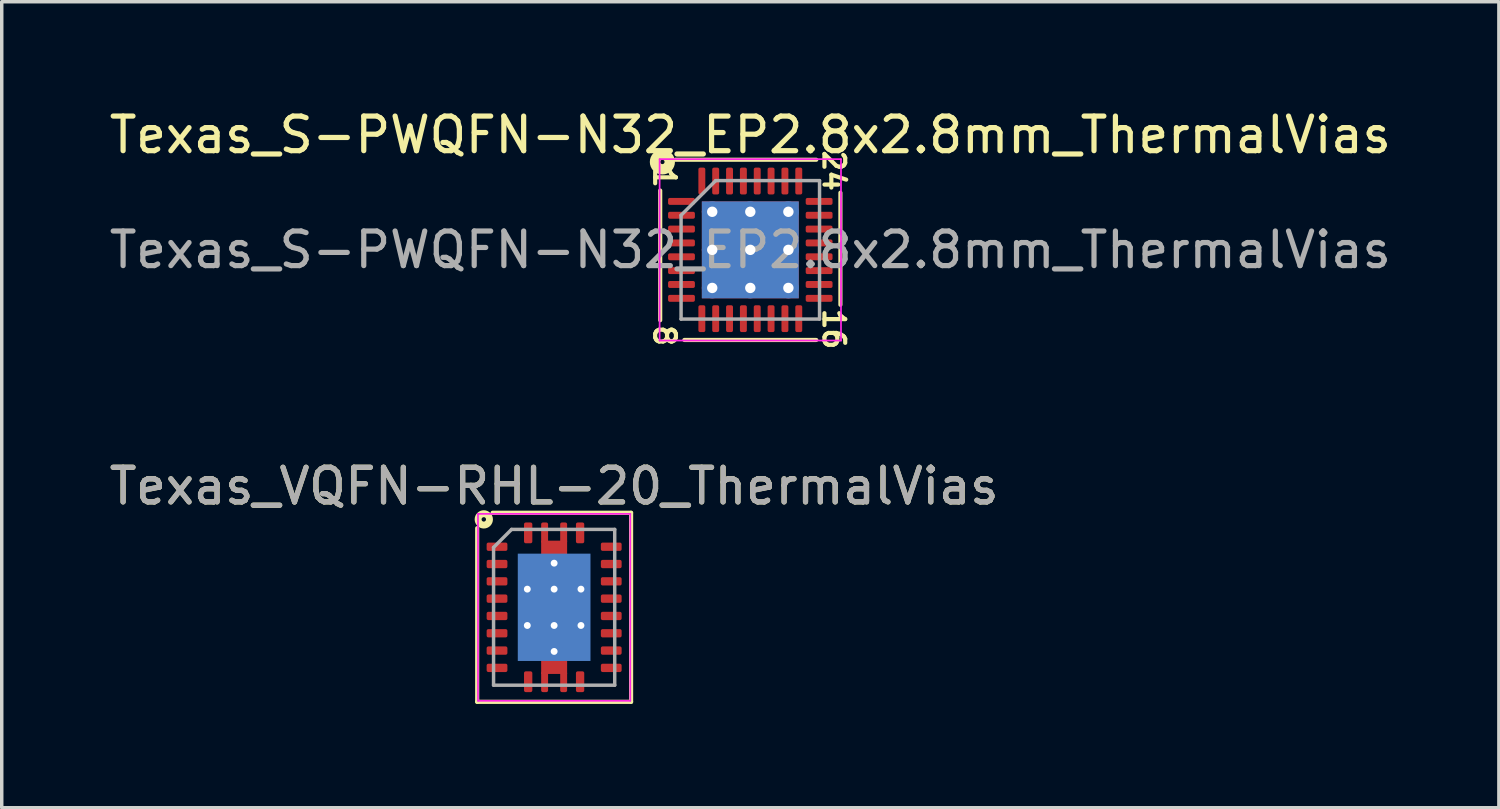
<source format=kicad_pcb>
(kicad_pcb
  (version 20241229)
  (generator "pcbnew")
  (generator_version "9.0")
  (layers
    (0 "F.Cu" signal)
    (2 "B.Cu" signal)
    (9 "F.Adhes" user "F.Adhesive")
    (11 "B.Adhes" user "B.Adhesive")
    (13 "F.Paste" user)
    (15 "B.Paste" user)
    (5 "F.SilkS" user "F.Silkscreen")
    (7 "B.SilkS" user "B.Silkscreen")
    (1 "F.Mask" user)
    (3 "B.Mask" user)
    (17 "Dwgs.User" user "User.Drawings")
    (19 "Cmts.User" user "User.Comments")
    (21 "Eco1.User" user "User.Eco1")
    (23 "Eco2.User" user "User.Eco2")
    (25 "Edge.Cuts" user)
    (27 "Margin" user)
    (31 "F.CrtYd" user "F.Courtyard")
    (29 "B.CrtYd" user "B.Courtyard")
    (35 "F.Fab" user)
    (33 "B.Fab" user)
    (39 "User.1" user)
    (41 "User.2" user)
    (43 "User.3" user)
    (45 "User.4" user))
  (footprint "Texas_S-PWQFN-N32_EP2.8x2.8mm_ThermalVias"
    (layer "F.Cu")
    (at 18.625 4.168)
    (property "Reference" "Texas_S-PWQFN-N32_EP2.8x2.8mm_ThermalVias" (at 0 -3.32 0) (layer "F.SilkS") (effects (font (size 1 1) (thickness 0.15))))
    (attr smd)
    (fp_line (start -2.603 -1.714) (end -2.603 2.032) (stroke (width 0.12) (type solid)) (layer "F.SilkS"))
    (fp_line (start -1.905 2.603) (end 1.905 2.603) (stroke (width 0.12) (type solid)) (layer "F.SilkS"))
    (fp_line (start 1.905 -2.603) (end -2.159 -2.603) (stroke (width 0.12) (type solid)) (layer "F.SilkS"))
    (fp_line (start 2.603 1.587) (end 2.603 -1.651) (stroke (width 0.12) (type solid)) (layer "F.SilkS"))
    (fp_circle (center -2.54 -2.54) (end -2.477 -2.54) (stroke (width 0.3) (type solid)) (fill no) (layer "F.SilkS"))
    (fp_line (start -2.62 -2.62) (end -2.62 2.62) (stroke (width 0.05) (type solid)) (layer "F.CrtYd"))
    (fp_line (start -2.62 2.62) (end 2.62 2.62) (stroke (width 0.05) (type solid)) (layer "F.CrtYd"))
    (fp_line (start 2.62 -2.62) (end -2.62 -2.62) (stroke (width 0.05) (type solid)) (layer "F.CrtYd"))
    (fp_line (start 2.62 2.62) (end 2.62 -2.62) (stroke (width 0.05) (type solid)) (layer "F.CrtYd"))
    (fp_line (start -2 -1) (end -1 -2) (stroke (width 0.1) (type solid)) (layer "F.Fab"))
    (fp_line (start -2 2) (end -2 -1) (stroke (width 0.1) (type solid)) (layer "F.Fab"))
    (fp_line (start -1 -2) (end 2 -2) (stroke (width 0.1) (type solid)) (layer "F.Fab"))
    (fp_line (start 2 -2) (end 2 2) (stroke (width 0.1) (type solid)) (layer "F.Fab"))
    (fp_line (start 2 2) (end -2 2) (stroke (width 0.1) (type solid)) (layer "F.Fab"))
    (fp_text user "1" (at -2.477 -2.095 270) (unlocked yes) (layer "F.SilkS") (effects (font (size 0.6 0.6) (thickness 0.12))))
    (fp_text user "24" (at 2.413 -2.286 270) (unlocked yes) (layer "F.SilkS") (effects (font (size 0.6 0.6) (thickness 0.12))))
    (fp_text user "8" (at -2.477 2.477 270) (unlocked yes) (layer "F.SilkS") (effects (font (size 0.6 0.6) (thickness 0.12))))
    (fp_text user "16" (at 2.413 2.286 270) (unlocked yes) (layer "F.SilkS") (effects (font (size 0.6 0.6) (thickness 0.12))))
    (fp_text user "${REFERENCE}" (at 0 0 0) (layer "F.Fab") (effects (font (size 1 1) (thickness 0.15))))
    (pad "" smd roundrect (at -0.7 -0.7) (size 1.17 1.17) (layers "F.Paste") (roundrect_rratio 0.214))
    (pad "" smd roundrect (at -0.7 0.7) (size 1.17 1.17) (layers "F.Paste") (roundrect_rratio 0.214))
    (pad "" smd roundrect (at 0.7 -0.7) (size 1.17 1.17) (layers "F.Paste") (roundrect_rratio 0.214))
    (pad "" smd roundrect (at 0.7 0.7) (size 1.17 1.17) (layers "F.Paste") (roundrect_rratio 0.214))
    (pad "1" smd roundrect (at -1.988 -1.4) (size 0.775 0.2) (layers "F.Cu" "F.Mask" "F.Paste") (roundrect_rratio 0.25))
    (pad "2" smd roundrect (at -1.988 -1) (size 0.775 0.2) (layers "F.Cu" "F.Mask" "F.Paste") (roundrect_rratio 0.25))
    (pad "3" smd roundrect (at -1.988 -0.6) (size 0.775 0.2) (layers "F.Cu" "F.Mask" "F.Paste") (roundrect_rratio 0.25))
    (pad "4" smd roundrect (at -1.988 -0.2) (size 0.775 0.2) (layers "F.Cu" "F.Mask" "F.Paste") (roundrect_rratio 0.25))
    (pad "5" smd roundrect (at -1.988 0.2) (size 0.775 0.2) (layers "F.Cu" "F.Mask" "F.Paste") (roundrect_rratio 0.25))
    (pad "6" smd roundrect (at -1.988 0.6) (size 0.775 0.2) (layers "F.Cu" "F.Mask" "F.Paste") (roundrect_rratio 0.25))
    (pad "7" smd roundrect (at -1.988 1) (size 0.775 0.2) (layers "F.Cu" "F.Mask" "F.Paste") (roundrect_rratio 0.25))
    (pad "8" smd roundrect (at -1.988 1.4) (size 0.775 0.2) (layers "F.Cu" "F.Mask" "F.Paste") (roundrect_rratio 0.25))
    (pad "9" smd roundrect (at -1.4 1.988) (size 0.2 0.775) (layers "F.Cu" "F.Mask" "F.Paste") (roundrect_rratio 0.25))
    (pad "10" smd roundrect (at -1 1.988) (size 0.2 0.775) (layers "F.Cu" "F.Mask" "F.Paste") (roundrect_rratio 0.25))
    (pad "11" smd roundrect (at -0.6 1.988) (size 0.2 0.775) (layers "F.Cu" "F.Mask" "F.Paste") (roundrect_rratio 0.25))
    (pad "12" smd roundrect (at -0.2 1.988) (size 0.2 0.775) (layers "F.Cu" "F.Mask" "F.Paste") (roundrect_rratio 0.25))
    (pad "13" smd roundrect (at 0.2 1.988) (size 0.2 0.775) (layers "F.Cu" "F.Mask" "F.Paste") (roundrect_rratio 0.25))
    (pad "14" smd roundrect (at 0.6 1.988) (size 0.2 0.775) (layers "F.Cu" "F.Mask" "F.Paste") (roundrect_rratio 0.25))
    (pad "15" smd roundrect (at 1 1.988) (size 0.2 0.775) (layers "F.Cu" "F.Mask" "F.Paste") (roundrect_rratio 0.25))
    (pad "16" smd roundrect (at 1.4 1.988) (size 0.2 0.775) (layers "F.Cu" "F.Mask" "F.Paste") (roundrect_rratio 0.25))
    (pad "17" smd roundrect (at 1.988 1.4) (size 0.775 0.2) (layers "F.Cu" "F.Mask" "F.Paste") (roundrect_rratio 0.25))
    (pad "18" smd roundrect (at 1.988 1) (size 0.775 0.2) (layers "F.Cu" "F.Mask" "F.Paste") (roundrect_rratio 0.25))
    (pad "19" smd roundrect (at 1.988 0.6) (size 0.775 0.2) (layers "F.Cu" "F.Mask" "F.Paste") (roundrect_rratio 0.25))
    (pad "20" smd roundrect (at 1.988 0.2) (size 0.775 0.2) (layers "F.Cu" "F.Mask" "F.Paste") (roundrect_rratio 0.25))
    (pad "21" smd roundrect (at 1.988 -0.2) (size 0.775 0.2) (layers "F.Cu" "F.Mask" "F.Paste") (roundrect_rratio 0.25))
    (pad "22" smd roundrect (at 1.988 -0.6) (size 0.775 0.2) (layers "F.Cu" "F.Mask" "F.Paste") (roundrect_rratio 0.25))
    (pad "23" smd roundrect (at 1.988 -1) (size 0.775 0.2) (layers "F.Cu" "F.Mask" "F.Paste") (roundrect_rratio 0.25))
    (pad "24" smd roundrect (at 1.988 -1.4) (size 0.775 0.2) (layers "F.Cu" "F.Mask" "F.Paste") (roundrect_rratio 0.25))
    (pad "25" smd roundrect (at 1.4 -1.988) (size 0.2 0.775) (layers "F.Cu" "F.Mask" "F.Paste") (roundrect_rratio 0.25))
    (pad "26" smd roundrect (at 1 -1.988) (size 0.2 0.775) (layers "F.Cu" "F.Mask" "F.Paste") (roundrect_rratio 0.25))
    (pad "27" smd roundrect (at 0.6 -1.988) (size 0.2 0.775) (layers "F.Cu" "F.Mask" "F.Paste") (roundrect_rratio 0.25))
    (pad "28" smd roundrect (at 0.2 -1.988) (size 0.2 0.775) (layers "F.Cu" "F.Mask" "F.Paste") (roundrect_rratio 0.25))
    (pad "29" smd roundrect (at -0.2 -1.988) (size 0.2 0.775) (layers "F.Cu" "F.Mask" "F.Paste") (roundrect_rratio 0.25))
    (pad "30" smd roundrect (at -0.6 -1.988) (size 0.2 0.775) (layers "F.Cu" "F.Mask" "F.Paste") (roundrect_rratio 0.25))
    (pad "31" smd roundrect (at -1 -1.988) (size 0.2 0.775) (layers "F.Cu" "F.Mask" "F.Paste") (roundrect_rratio 0.25))
    (pad "32" smd roundrect (at -1.4 -1.988) (size 0.2 0.775) (layers "F.Cu" "F.Mask" "F.Paste") (roundrect_rratio 0.25))
    (pad "33" thru_hole circle (at -1.1 -1.1) (size 0.6 0.6) (drill 0.3) (layers "*.Cu"))
    (pad "33" thru_hole circle (at -1.1 0) (size 0.6 0.6) (drill 0.3) (layers "*.Cu"))
    (pad "33" thru_hole circle (at -1.1 1.1) (size 0.6 0.6) (drill 0.3) (layers "*.Cu"))
    (pad "33" thru_hole circle (at 0 -1.1) (size 0.6 0.6) (drill 0.3) (layers "*.Cu"))
    (pad "33" thru_hole circle (at 0 0) (size 0.6 0.6) (drill 0.3) (layers "*.Cu"))
    (pad "33" smd rect (at 0 0) (size 2.8 2.8) (layers "F.Cu" "F.Mask"))
    (pad "33" smd rect (at 0 0) (size 2.8 2.8) (layers "B.Cu" "B.Mask"))
    (pad "33" thru_hole circle (at 0 1.1) (size 0.6 0.6) (drill 0.3) (layers "*.Cu"))
    (pad "33" thru_hole circle (at 1.1 -1.1) (size 0.6 0.6) (drill 0.3) (layers "*.Cu"))
    (pad "33" thru_hole circle (at 1.1 0) (size 0.6 0.6) (drill 0.3) (layers "*.Cu"))
    (pad "33" thru_hole circle (at 1.1 1.1) (size 0.6 0.6) (drill 0.3) (layers "*.Cu")))
  (footprint "Texas_VQFN-RHL-20_ThermalVias"
    (layer "F.Cu")
    (at 12.958 14.494)
    (property "Reference" "Texas_VQFN-RHL-20_ThermalVias" (at 0 -3.5 0) (layer "F.SilkS") (effects (font (size 1 1) (thickness 0.15))))
    (attr smd)
    (fp_line (start -2.223 -2.286) (end -2.223 2.731) (stroke (width 0.12) (type solid)) (layer "F.SilkS"))
    (fp_line (start -2.223 2.731) (end 2.223 2.731) (stroke (width 0.12) (type solid)) (layer "F.SilkS"))
    (fp_line (start 2.223 -2.731) (end -1.778 -2.731) (stroke (width 0.12) (type solid)) (layer "F.SilkS"))
    (fp_line (start 2.223 2.731) (end 2.223 -2.731) (stroke (width 0.12) (type solid)) (layer "F.SilkS"))
    (fp_circle (center -2.032 -2.54) (end -1.968 -2.54) (stroke (width 0.2) (type solid)) (fill no) (layer "F.SilkS"))
    (fp_line (start -2.2 -2.7) (end -2.2 2.7) (stroke (width 0.05) (type solid)) (layer "F.CrtYd"))
    (fp_line (start -2.2 -2.7) (end 2.2 -2.7) (stroke (width 0.05) (type solid)) (layer "F.CrtYd"))
    (fp_line (start -2.2 2.7) (end 2.2 2.7) (stroke (width 0.05) (type solid)) (layer "F.CrtYd"))
    (fp_line (start 2.2 -2.7) (end 2.2 2.7) (stroke (width 0.05) (type solid)) (layer "F.CrtYd"))
    (fp_line (start -1.75 -1.73) (end -1.75 2.25) (stroke (width 0.1) (type solid)) (layer "F.Fab"))
    (fp_line (start -1.75 -1.73) (end -1.23 -2.25) (stroke (width 0.1) (type solid)) (layer "F.Fab"))
    (fp_line (start -1.75 2.25) (end 1.75 2.25) (stroke (width 0.1) (type solid)) (layer "F.Fab"))
    (fp_line (start -1.23 -2.25) (end 1.75 -2.25) (stroke (width 0.1) (type solid)) (layer "F.Fab"))
    (fp_line (start 1.75 -2.25) (end 1.75 2.25) (stroke (width 0.1) (type solid)) (layer "F.Fab"))
    (fp_text user "${REFERENCE}" (at 0 -3.5 0) (layer "F.Fab") (effects (font (size 1 1) (thickness 0.15))))
    (pad "" smd rect (at -0.56 -1.05) (size 0.92 0.85) (layers "F.Paste"))
    (pad "" smd rect (at -0.56 0) (size 0.92 0.85) (layers "F.Paste"))
    (pad "" smd rect (at -0.56 1.05) (size 0.92 0.85) (layers "F.Paste"))
    (pad "" smd rect (at 0 -1.8) (size 0.75 0.25) (layers "F.Paste"))
    (pad "" smd rect (at 0 1.8) (size 0.75 0.25) (layers "F.Paste"))
    (pad "" smd rect (at 0.56 -1.05) (size 0.92 0.85) (layers "F.Paste"))
    (pad "" smd rect (at 0.56 0) (size 0.92 0.85) (layers "F.Paste"))
    (pad "" smd rect (at 0.56 1.05) (size 0.92 0.85) (layers "F.Paste"))
    (pad "1" smd roundrect (at -0.75 -2.15) (size 0.24 0.6) (layers "F.Cu" "F.Mask" "F.Paste") (roundrect_rratio 0.21))
    (pad "2" smd roundrect (at -1.65 -1.75) (size 0.6 0.24) (layers "F.Cu" "F.Mask" "F.Paste") (roundrect_rratio 0.21))
    (pad "3" smd roundrect (at -1.65 -1.25) (size 0.6 0.24) (layers "F.Cu" "F.Mask" "F.Paste") (roundrect_rratio 0.21))
    (pad "4" smd roundrect (at -1.65 -0.75) (size 0.6 0.24) (layers "F.Cu" "F.Mask" "F.Paste") (roundrect_rratio 0.21))
    (pad "5" smd roundrect (at -1.65 -0.25) (size 0.6 0.24) (layers "F.Cu" "F.Mask" "F.Paste") (roundrect_rratio 0.21))
    (pad "6" smd roundrect (at -1.65 0.25) (size 0.6 0.24) (layers "F.Cu" "F.Mask" "F.Paste") (roundrect_rratio 0.21))
    (pad "7" smd roundrect (at -1.65 0.75) (size 0.6 0.24) (layers "F.Cu" "F.Mask" "F.Paste") (roundrect_rratio 0.21))
    (pad "8" smd roundrect (at -1.65 1.25) (size 0.6 0.24) (layers "F.Cu" "F.Mask" "F.Paste") (roundrect_rratio 0.21))
    (pad "9" smd roundrect (at -1.65 1.75) (size 0.6 0.24) (layers "F.Cu" "F.Mask" "F.Paste") (roundrect_rratio 0.21))
    (pad "10" smd roundrect (at -0.75 2.15) (size 0.24 0.6) (layers "F.Cu" "F.Mask" "F.Paste") (roundrect_rratio 0.21))
    (pad "11" smd roundrect (at 0.75 2.15) (size 0.24 0.6) (layers "F.Cu" "F.Mask" "F.Paste") (roundrect_rratio 0.21))
    (pad "12" smd roundrect (at 1.65 1.75) (size 0.6 0.24) (layers "F.Cu" "F.Mask" "F.Paste") (roundrect_rratio 0.21))
    (pad "13" smd roundrect (at 1.65 1.25) (size 0.6 0.24) (layers "F.Cu" "F.Mask" "F.Paste") (roundrect_rratio 0.21))
    (pad "14" smd roundrect (at 1.65 0.75) (size 0.6 0.24) (layers "F.Cu" "F.Mask" "F.Paste") (roundrect_rratio 0.21))
    (pad "15" smd roundrect (at 1.65 0.25) (size 0.6 0.24) (layers "F.Cu" "F.Mask" "F.Paste") (roundrect_rratio 0.21))
    (pad "16" smd roundrect (at 1.65 -0.25) (size 0.6 0.24) (layers "F.Cu" "F.Mask" "F.Paste") (roundrect_rratio 0.21))
    (pad "17" smd roundrect (at 1.65 -0.75) (size 0.6 0.24) (layers "F.Cu" "F.Mask" "F.Paste") (roundrect_rratio 0.21))
    (pad "18" smd roundrect (at 1.65 -1.25) (size 0.6 0.24) (layers "F.Cu" "F.Mask" "F.Paste") (roundrect_rratio 0.21))
    (pad "19" smd roundrect (at 1.65 -1.75) (size 0.6 0.24) (layers "F.Cu" "F.Mask" "F.Paste") (roundrect_rratio 0.21))
    (pad "20" smd roundrect (at 0.75 -2.15) (size 0.24 0.6) (layers "F.Cu" "F.Mask" "F.Paste") (roundrect_rratio 0.21))
    (pad "21" thru_hole circle (at -0.775 -0.525) (size 0.5 0.5) (drill 0.2) (layers "*.Cu"))
    (pad "21" thru_hole circle (at -0.775 0.525) (size 0.5 0.5) (drill 0.2) (layers "*.Cu"))
    (pad "21" smd roundrect (at -0.275 -2.15) (size 0.2 0.6) (layers "F.Cu" "F.Mask" "F.Paste") (roundrect_rratio 0.25))
    (pad "21" smd roundrect (at -0.275 2.15) (size 0.2 0.6) (layers "F.Cu" "F.Mask" "F.Paste") (roundrect_rratio 0.25))
    (pad "21" thru_hole circle (at 0 -1.275) (size 0.5 0.5) (drill 0.2) (layers "*.Cu"))
    (pad "21" thru_hole circle (at 0 -0.525) (size 0.5 0.5) (drill 0.2) (layers "*.Cu"))
    (pad "21" smd custom (at 0 0) (size 1.524 1.524) (layers "F.Cu" "F.Mask") (options (anchor rect)) (primitives (gr_poly (pts (xy 0.375 -1.525) (xy 1.025 -1.525) (xy 1.025 1.525) (xy 0.375 1.525) (xy 0.375 1.925) (xy -0.375 1.925) (xy -0.375 1.525) (xy -1.025 1.525) (xy -1.025 -1.525) (xy -0.375 -1.525) (xy -0.375 -1.925) (xy 0.375 -1.925)) (width 0) (fill yes))))
    (pad "21" smd rect (at 0 0) (size 2.1 3.1) (layers "B.Cu" "B.Mask"))
    (pad "21" thru_hole circle (at 0 0.525) (size 0.5 0.5) (drill 0.2) (layers "*.Cu"))
    (pad "21" thru_hole circle (at 0 1.275) (size 0.5 0.5) (drill 0.2) (layers "*.Cu"))
    (pad "21" smd roundrect (at 0.275 -2.15) (size 0.2 0.6) (layers "F.Cu" "F.Mask" "F.Paste") (roundrect_rratio 0.25))
    (pad "21" smd roundrect (at 0.275 2.15) (size 0.2 0.6) (layers "F.Cu" "F.Mask" "F.Paste") (roundrect_rratio 0.25))
    (pad "21" thru_hole circle (at 0.775 -0.525) (size 0.5 0.5) (drill 0.2) (layers "*.Cu"))
    (pad "21" thru_hole circle (at 0.775 0.525) (size 0.5 0.5) (drill 0.2) (layers "*.Cu")))
  (gr_rect
    (start -3 -3)
    (end 40.25 20.284)
    (stroke (width 0.1) (type default))
    (fill no)
    (layer "Edge.Cuts")))
</source>
